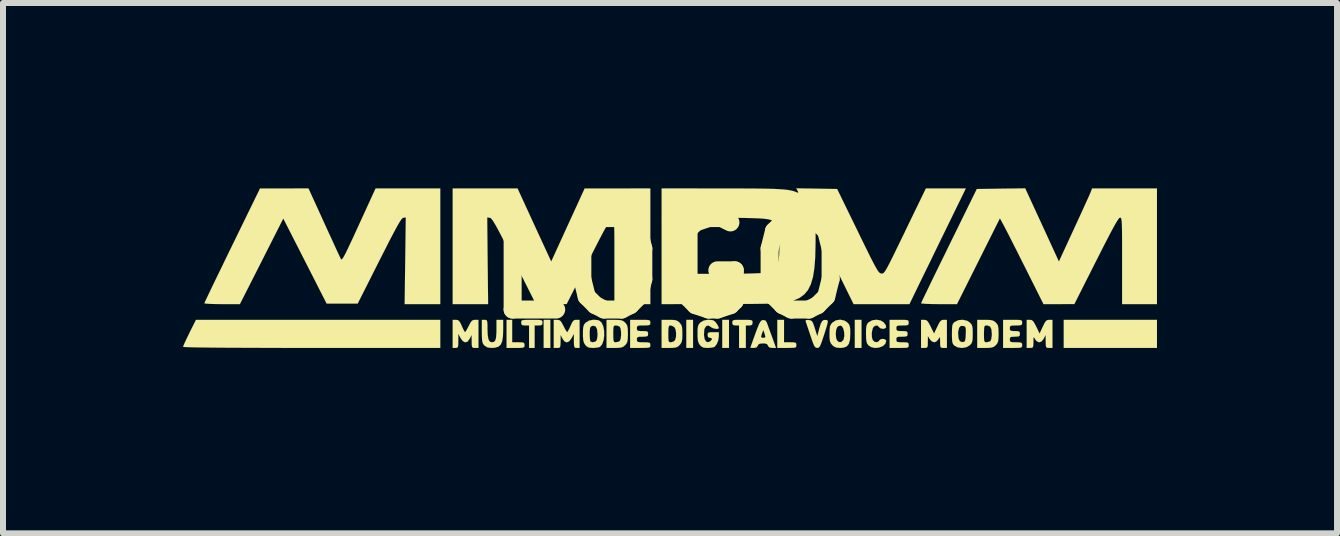
<source format=kicad_pcb>
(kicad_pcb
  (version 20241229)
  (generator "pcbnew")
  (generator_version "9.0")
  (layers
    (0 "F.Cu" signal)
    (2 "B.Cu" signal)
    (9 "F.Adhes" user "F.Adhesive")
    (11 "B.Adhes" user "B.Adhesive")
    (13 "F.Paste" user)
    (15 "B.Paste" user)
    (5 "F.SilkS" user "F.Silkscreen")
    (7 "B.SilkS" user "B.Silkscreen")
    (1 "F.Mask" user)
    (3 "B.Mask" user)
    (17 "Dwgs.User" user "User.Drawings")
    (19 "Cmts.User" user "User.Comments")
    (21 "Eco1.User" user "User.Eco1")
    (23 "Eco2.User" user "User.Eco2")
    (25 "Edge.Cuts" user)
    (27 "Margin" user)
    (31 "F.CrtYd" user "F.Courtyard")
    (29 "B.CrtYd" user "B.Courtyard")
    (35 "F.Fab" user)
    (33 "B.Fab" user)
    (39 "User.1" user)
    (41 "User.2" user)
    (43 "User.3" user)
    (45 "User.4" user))
  (footprint "LOGO"
    (layer "F.Cu")
    (at 8.104 1.418)
    (property "Reference" "LOGO" (at 0 0 0) (layer "F.SilkS") (effects (font (size 1.524 1.524) (thickness 0.3))))
    (attr through_hole)
    (fp_poly (pts (xy -1.984 1.329) (xy -2.096 1.329) (xy -2.096 0.861) (xy -1.984 0.861) (xy -1.984 1.329)) (stroke (width 0.001) (type solid)) (fill yes) (layer "F.SilkS"))
    (fp_poly (pts (xy 0.393 1.329) (xy 0.281 1.329) (xy 0.281 0.861) (xy 0.393 0.861) (xy 0.393 1.329)) (stroke (width 0.001) (type solid)) (fill yes) (layer "F.SilkS"))
    (fp_poly (pts (xy 0.992 1.329) (xy 0.88 1.329) (xy 0.88 0.861) (xy 0.992 0.861) (xy 0.992 1.329)) (stroke (width 0.001) (type solid)) (fill yes) (layer "F.SilkS"))
    (fp_poly (pts (xy 3.2 1.329) (xy 3.088 1.329) (xy 3.088 0.861) (xy 3.2 0.861) (xy 3.2 1.329)) (stroke (width 0.001) (type solid)) (fill yes) (layer "F.SilkS"))
    (fp_poly (pts (xy 8.123 1.329) (xy 6.569 1.329) (xy 6.569 0.861) (xy 8.123 0.861) (xy 8.123 1.329)) (stroke (width 0.001) (type solid)) (fill yes) (layer "F.SilkS"))
    (fp_poly (pts (xy -2.62 1.235) (xy -2.517 1.235) (xy -2.458 1.236) (xy -2.428 1.243) (xy -2.416 1.259) (xy -2.414 1.282) (xy -2.416 1.305) (xy -2.426 1.319) (xy -2.452 1.326) (xy -2.501 1.329) (xy -2.564 1.329) (xy -2.714 1.329) (xy -2.714 0.861) (xy -2.62 0.861) (xy -2.62 1.235)) (stroke (width 0.001) (type solid)) (fill yes) (layer "F.SilkS"))
    (fp_poly (pts (xy 1.909 1.235) (xy 2.012 1.235) (xy 2.071 1.236) (xy 2.102 1.243) (xy 2.113 1.259) (xy 2.115 1.282) (xy 2.113 1.305) (xy 2.104 1.319) (xy 2.08 1.326) (xy 2.032 1.328) (xy 1.956 1.329) (xy 1.797 1.329) (xy 1.797 0.861) (xy 1.909 0.861) (xy 1.909 1.235)) (stroke (width 0.001) (type solid)) (fill yes) (layer "F.SilkS"))
    (fp_poly (pts (xy -3.818 1.329) (xy -5.961 1.329) (xy -6.329 1.329) (xy -6.664 1.328) (xy -6.965 1.327) (xy -7.232 1.326) (xy -7.464 1.325) (xy -7.66 1.323) (xy -7.822 1.321) (xy -7.947 1.319) (xy -8.036 1.316) (xy -8.088 1.313) (xy -8.104 1.31) (xy -8.096 1.287) (xy -8.074 1.238) (xy -8.042 1.169) (xy -8.002 1.088) (xy -7.997 1.076) (xy -7.889 0.861) (xy -3.818 0.861) (xy -3.818 1.329)) (stroke (width 0.001) (type solid)) (fill yes) (layer "F.SilkS"))
    (fp_poly (pts (xy -2.21 0.861) (xy -2.158 0.863) (xy -2.13 0.869) (xy -2.118 0.881) (xy -2.115 0.9) (xy -2.115 0.908) (xy -2.12 0.939) (xy -2.142 0.952) (xy -2.18 0.955) (xy -2.246 0.955) (xy -2.246 1.329) (xy -2.339 1.329) (xy -2.339 0.955) (xy -2.405 0.955) (xy -2.449 0.951) (xy -2.467 0.935) (xy -2.47 0.908) (xy -2.469 0.886) (xy -2.461 0.872) (xy -2.438 0.865) (xy -2.395 0.862) (xy -2.323 0.861) (xy -2.293 0.861) (xy -2.21 0.861)) (stroke (width 0.001) (type solid)) (fill yes) (layer "F.SilkS"))
    (fp_poly (pts (xy 1.296 0.861) (xy 1.346 0.864) (xy 1.372 0.87) (xy 1.383 0.883) (xy 1.385 0.904) (xy 1.385 0.908) (xy 1.379 0.941) (xy 1.353 0.953) (xy 1.329 0.955) (xy 1.273 0.955) (xy 1.273 1.329) (xy 1.16 1.329) (xy 1.16 0.955) (xy 1.104 0.955) (xy 1.064 0.949) (xy 1.049 0.928) (xy 1.048 0.908) (xy 1.049 0.886) (xy 1.058 0.872) (xy 1.082 0.864) (xy 1.127 0.861) (xy 1.202 0.861) (xy 1.217 0.861) (xy 1.296 0.861)) (stroke (width 0.001) (type solid)) (fill yes) (layer "F.SilkS"))
    (fp_poly (pts (xy -3.056 0.863) (xy -3.042 0.872) (xy -3.035 0.898) (xy -3.032 0.947) (xy -3.032 1.012) (xy -3.028 1.114) (xy -3.016 1.183) (xy -2.995 1.222) (xy -2.963 1.235) (xy -2.96 1.235) (xy -2.925 1.229) (xy -2.902 1.205) (xy -2.889 1.158) (xy -2.883 1.083) (xy -2.882 1.026) (xy -2.882 0.861) (xy -2.77 0.861) (xy -2.77 1.017) (xy -2.774 1.134) (xy -2.787 1.219) (xy -2.812 1.276) (xy -2.853 1.31) (xy -2.912 1.326) (xy -2.962 1.329) (xy -3.027 1.322) (xy -3.073 1.297) (xy -3.085 1.286) (xy -3.104 1.262) (xy -3.116 1.233) (xy -3.122 1.191) (xy -3.125 1.126) (xy -3.126 1.052) (xy -3.126 0.861) (xy -3.079 0.861) (xy -3.056 0.863)) (stroke (width 0.001) (type solid)) (fill yes) (layer "F.SilkS"))
    (fp_poly (pts (xy 4.275 0.865) (xy 4.3 0.883) (xy 4.326 0.923) (xy 4.353 0.975) (xy 4.409 1.088) (xy 4.463 0.975) (xy 4.494 0.913) (xy 4.519 0.878) (xy 4.544 0.864) (xy 4.57 0.861) (xy 4.623 0.861) (xy 4.623 1.329) (xy 4.567 1.329) (xy 4.534 1.327) (xy 4.517 1.315) (xy 4.511 1.283) (xy 4.51 1.231) (xy 4.509 1.174) (xy 4.505 1.151) (xy 4.497 1.156) (xy 4.481 1.184) (xy 4.444 1.225) (xy 4.411 1.235) (xy 4.368 1.218) (xy 4.338 1.184) (xy 4.306 1.132) (xy 4.305 1.231) (xy 4.304 1.288) (xy 4.297 1.317) (xy 4.279 1.327) (xy 4.248 1.329) (xy 4.192 1.329) (xy 4.192 0.861) (xy 4.244 0.861) (xy 4.275 0.865)) (stroke (width 0.001) (type solid)) (fill yes) (layer "F.SilkS"))
    (fp_poly (pts (xy 6.035 0.865) (xy 6.059 0.883) (xy 6.084 0.921) (xy 6.112 0.975) (xy 6.167 1.09) (xy 6.22 0.975) (xy 6.25 0.914) (xy 6.274 0.879) (xy 6.299 0.864) (xy 6.328 0.861) (xy 6.382 0.861) (xy 6.382 1.329) (xy 6.326 1.329) (xy 6.294 1.327) (xy 6.277 1.316) (xy 6.271 1.287) (xy 6.269 1.23) (xy 6.269 1.221) (xy 6.267 1.114) (xy 6.237 1.174) (xy 6.2 1.222) (xy 6.157 1.236) (xy 6.115 1.214) (xy 6.093 1.184) (xy 6.077 1.156) (xy 6.069 1.152) (xy 6.065 1.176) (xy 6.065 1.231) (xy 6.063 1.288) (xy 6.056 1.317) (xy 6.038 1.327) (xy 6.008 1.329) (xy 5.952 1.329) (xy 5.952 0.861) (xy 6.004 0.861) (xy 6.035 0.865)) (stroke (width 0.001) (type solid)) (fill yes) (layer "F.SilkS"))
    (fp_poly (pts (xy 2.617 0.864) (xy 2.631 0.869) (xy 2.638 0.88) (xy 2.637 0.904) (xy 2.627 0.947) (xy 2.607 1.014) (xy 2.58 1.1) (xy 2.549 1.194) (xy 2.526 1.259) (xy 2.508 1.299) (xy 2.492 1.32) (xy 2.474 1.328) (xy 2.462 1.329) (xy 2.442 1.326) (xy 2.425 1.312) (xy 2.407 1.283) (xy 2.386 1.231) (xy 2.359 1.151) (xy 2.348 1.118) (xy 2.319 1.033) (xy 2.295 0.961) (xy 2.277 0.908) (xy 2.269 0.883) (xy 2.273 0.866) (xy 2.307 0.863) (xy 2.32 0.864) (xy 2.352 0.87) (xy 2.374 0.884) (xy 2.392 0.914) (xy 2.412 0.969) (xy 2.422 1.001) (xy 2.463 1.132) (xy 2.497 1.004) (xy 2.52 0.929) (xy 2.543 0.884) (xy 2.571 0.864) (xy 2.609 0.863) (xy 2.617 0.864)) (stroke (width 0.001) (type solid)) (fill yes) (layer "F.SilkS"))
    (fp_poly (pts (xy -3.526 0.865) (xy -3.502 0.883) (xy -3.478 0.923) (xy -3.46 0.964) (xy -3.435 1.018) (xy -3.415 1.055) (xy -3.405 1.066) (xy -3.393 1.051) (xy -3.369 1.011) (xy -3.345 0.964) (xy -3.314 0.906) (xy -3.29 0.875) (xy -3.262 0.863) (xy -3.238 0.861) (xy -3.182 0.861) (xy -3.182 1.329) (xy -3.238 1.329) (xy -3.269 1.327) (xy -3.286 1.316) (xy -3.293 1.287) (xy -3.295 1.23) (xy -3.295 1.221) (xy -3.296 1.114) (xy -3.327 1.174) (xy -3.363 1.224) (xy -3.405 1.236) (xy -3.446 1.213) (xy -3.48 1.165) (xy -3.517 1.095) (xy -3.518 1.212) (xy -3.519 1.276) (xy -3.524 1.311) (xy -3.537 1.326) (xy -3.561 1.329) (xy -3.565 1.329) (xy -3.612 1.329) (xy -3.612 0.861) (xy -3.558 0.861) (xy -3.526 0.865)) (stroke (width 0.001) (type solid)) (fill yes) (layer "F.SilkS"))
    (fp_poly (pts (xy -1.838 0.865) (xy -1.812 0.882) (xy -1.787 0.921) (xy -1.765 0.964) (xy -1.737 1.018) (xy -1.714 1.055) (xy -1.704 1.066) (xy -1.692 1.051) (xy -1.67 1.01) (xy -1.649 0.964) (xy -1.622 0.905) (xy -1.599 0.874) (xy -1.573 0.862) (xy -1.551 0.861) (xy -1.497 0.861) (xy -1.497 1.329) (xy -1.544 1.329) (xy -1.57 1.327) (xy -1.584 1.314) (xy -1.59 1.282) (xy -1.592 1.223) (xy -1.592 1.212) (xy -1.592 1.095) (xy -1.63 1.165) (xy -1.67 1.219) (xy -1.712 1.237) (xy -1.752 1.218) (xy -1.783 1.174) (xy -1.813 1.114) (xy -1.814 1.221) (xy -1.816 1.282) (xy -1.822 1.314) (xy -1.837 1.327) (xy -1.867 1.329) (xy -1.872 1.329) (xy -1.928 1.329) (xy -1.928 0.861) (xy -1.871 0.861) (xy -1.838 0.865)) (stroke (width 0.001) (type solid)) (fill yes) (layer "F.SilkS"))
    (fp_poly (pts (xy 0.068 0.863) (xy 0.113 0.87) (xy 0.145 0.886) (xy 0.17 0.909) (xy 0.194 0.94) (xy 0.208 0.975) (xy 0.214 1.025) (xy 0.215 1.095) (xy 0.214 1.17) (xy 0.207 1.218) (xy 0.192 1.252) (xy 0.17 1.281) (xy 0.141 1.307) (xy 0.108 1.321) (xy 0.06 1.328) (xy -0.003 1.329) (xy -0.131 1.329) (xy -0.131 1.095) (xy -0.019 1.095) (xy -0.018 1.166) (xy -0.015 1.208) (xy -0.006 1.228) (xy 0.012 1.235) (xy 0.027 1.235) (xy 0.072 1.221) (xy 0.093 1.199) (xy 0.109 1.146) (xy 0.111 1.082) (xy 0.102 1.022) (xy 0.083 0.984) (xy 0.043 0.96) (xy 0.017 0.955) (xy -0.001 0.958) (xy -0.012 0.974) (xy -0.017 1.011) (xy -0.019 1.075) (xy -0.019 1.095) (xy -0.131 1.095) (xy -0.131 0.861) (xy -0.003 0.861) (xy 0.068 0.863)) (stroke (width 0.001) (type solid)) (fill yes) (layer "F.SilkS"))
    (fp_poly (pts (xy 3.519 0.871) (xy 3.571 0.904) (xy 3.606 0.953) (xy 3.61 0.989) (xy 3.582 1.008) (xy 3.558 1.011) (xy 3.514 1.002) (xy 3.493 0.983) (xy 3.468 0.957) (xy 3.432 0.957) (xy 3.399 0.981) (xy 3.387 1.003) (xy 3.371 1.076) (xy 3.373 1.151) (xy 3.388 1.199) (xy 3.418 1.227) (xy 3.457 1.234) (xy 3.488 1.217) (xy 3.493 1.207) (xy 3.517 1.185) (xy 3.555 1.178) (xy 3.592 1.186) (xy 3.612 1.208) (xy 3.612 1.213) (xy 3.596 1.262) (xy 3.553 1.3) (xy 3.493 1.323) (xy 3.427 1.33) (xy 3.364 1.317) (xy 3.316 1.286) (xy 3.295 1.258) (xy 3.283 1.223) (xy 3.277 1.172) (xy 3.275 1.093) (xy 3.275 1.092) (xy 3.276 1.015) (xy 3.282 0.965) (xy 3.293 0.932) (xy 3.313 0.907) (xy 3.319 0.902) (xy 3.377 0.869) (xy 3.448 0.859) (xy 3.519 0.871)) (stroke (width 0.001) (type solid)) (fill yes) (layer "F.SilkS"))
    (fp_poly (pts (xy -0.843 0.863) (xy -0.796 0.87) (xy -0.764 0.885) (xy -0.738 0.907) (xy -0.715 0.935) (xy -0.701 0.967) (xy -0.694 1.014) (xy -0.692 1.086) (xy -0.692 1.095) (xy -0.694 1.17) (xy -0.7 1.219) (xy -0.713 1.252) (xy -0.736 1.28) (xy -0.738 1.283) (xy -0.768 1.308) (xy -0.802 1.322) (xy -0.852 1.328) (xy -0.916 1.329) (xy -1.048 1.329) (xy -1.048 1.095) (xy -0.936 1.095) (xy -0.935 1.166) (xy -0.931 1.208) (xy -0.922 1.228) (xy -0.905 1.235) (xy -0.893 1.235) (xy -0.849 1.226) (xy -0.827 1.213) (xy -0.813 1.179) (xy -0.806 1.124) (xy -0.806 1.061) (xy -0.814 1.007) (xy -0.827 0.977) (xy -0.863 0.959) (xy -0.893 0.955) (xy -0.915 0.957) (xy -0.928 0.969) (xy -0.934 0.998) (xy -0.936 1.053) (xy -0.936 1.095) (xy -1.048 1.095) (xy -1.048 0.861) (xy -0.916 0.861) (xy -0.843 0.863)) (stroke (width 0.001) (type solid)) (fill yes) (layer "F.SilkS"))
    (fp_poly (pts (xy 2.918 0.874) (xy 2.967 0.907) (xy 2.991 0.935) (xy 3.005 0.968) (xy 3.012 1.016) (xy 3.013 1.09) (xy 3.013 1.091) (xy 3.008 1.192) (xy 2.989 1.262) (xy 2.953 1.305) (xy 2.898 1.325) (xy 2.847 1.329) (xy 2.783 1.324) (xy 2.74 1.305) (xy 2.712 1.281) (xy 2.688 1.25) (xy 2.674 1.215) (xy 2.668 1.165) (xy 2.667 1.096) (xy 2.771 1.096) (xy 2.777 1.161) (xy 2.789 1.199) (xy 2.822 1.231) (xy 2.861 1.231) (xy 2.895 1.201) (xy 2.903 1.184) (xy 2.914 1.128) (xy 2.911 1.065) (xy 2.897 1.008) (xy 2.874 0.968) (xy 2.855 0.957) (xy 2.816 0.965) (xy 2.795 0.984) (xy 2.777 1.031) (xy 2.771 1.096) (xy 2.667 1.096) (xy 2.667 1.095) (xy 2.669 1.02) (xy 2.675 0.971) (xy 2.69 0.937) (xy 2.712 0.909) (xy 2.772 0.87) (xy 2.845 0.858) (xy 2.918 0.874)) (stroke (width 0.001) (type solid)) (fill yes) (layer "F.SilkS"))
    (fp_poly (pts (xy 5.333 0.863) (xy 5.38 0.87) (xy 5.413 0.885) (xy 5.438 0.907) (xy 5.462 0.935) (xy 5.476 0.967) (xy 5.482 1.014) (xy 5.484 1.086) (xy 5.484 1.095) (xy 5.482 1.17) (xy 5.476 1.219) (xy 5.463 1.252) (xy 5.441 1.28) (xy 5.438 1.283) (xy 5.408 1.308) (xy 5.374 1.322) (xy 5.324 1.328) (xy 5.26 1.329) (xy 5.128 1.329) (xy 5.128 1.095) (xy 5.24 1.095) (xy 5.241 1.166) (xy 5.245 1.208) (xy 5.254 1.228) (xy 5.271 1.235) (xy 5.283 1.235) (xy 5.327 1.226) (xy 5.349 1.213) (xy 5.362 1.182) (xy 5.37 1.129) (xy 5.371 1.095) (xy 5.365 1.02) (xy 5.344 0.975) (xy 5.305 0.956) (xy 5.283 0.955) (xy 5.262 0.957) (xy 5.249 0.969) (xy 5.243 0.998) (xy 5.241 1.053) (xy 5.24 1.095) (xy 5.128 1.095) (xy 5.128 0.861) (xy 5.26 0.861) (xy 5.333 0.863)) (stroke (width 0.001) (type solid)) (fill yes) (layer "F.SilkS"))
    (fp_poly (pts (xy 3.904 0.861) (xy 3.951 0.864) (xy 3.976 0.871) (xy 3.985 0.885) (xy 3.986 0.908) (xy 3.984 0.935) (xy 3.97 0.948) (xy 3.935 0.954) (xy 3.884 0.955) (xy 3.825 0.956) (xy 3.794 0.962) (xy 3.782 0.978) (xy 3.781 1.001) (xy 3.784 1.029) (xy 3.799 1.043) (xy 3.837 1.048) (xy 3.874 1.048) (xy 3.93 1.05) (xy 3.957 1.057) (xy 3.967 1.076) (xy 3.968 1.095) (xy 3.965 1.123) (xy 3.949 1.136) (xy 3.912 1.141) (xy 3.874 1.142) (xy 3.819 1.143) (xy 3.791 1.151) (xy 3.781 1.17) (xy 3.781 1.188) (xy 3.783 1.215) (xy 3.797 1.229) (xy 3.832 1.234) (xy 3.884 1.235) (xy 3.942 1.236) (xy 3.973 1.243) (xy 3.985 1.259) (xy 3.986 1.282) (xy 3.985 1.305) (xy 3.976 1.319) (xy 3.951 1.326) (xy 3.904 1.328) (xy 3.827 1.329) (xy 3.668 1.329) (xy 3.668 0.861) (xy 3.827 0.861) (xy 3.904 0.861)) (stroke (width 0.001) (type solid)) (fill yes) (layer "F.SilkS"))
    (fp_poly (pts (xy 5.795 0.861) (xy 5.842 0.864) (xy 5.866 0.871) (xy 5.875 0.885) (xy 5.877 0.908) (xy 5.874 0.935) (xy 5.86 0.948) (xy 5.825 0.954) (xy 5.774 0.955) (xy 5.715 0.956) (xy 5.684 0.962) (xy 5.673 0.978) (xy 5.671 1.001) (xy 5.674 1.03) (xy 5.692 1.044) (xy 5.732 1.048) (xy 5.755 1.048) (xy 5.807 1.05) (xy 5.832 1.06) (xy 5.839 1.082) (xy 5.839 1.095) (xy 5.836 1.124) (xy 5.819 1.137) (xy 5.778 1.141) (xy 5.755 1.142) (xy 5.703 1.144) (xy 5.679 1.153) (xy 5.671 1.176) (xy 5.671 1.188) (xy 5.674 1.215) (xy 5.688 1.229) (xy 5.722 1.234) (xy 5.774 1.235) (xy 5.833 1.236) (xy 5.863 1.243) (xy 5.875 1.259) (xy 5.877 1.282) (xy 5.875 1.305) (xy 5.866 1.319) (xy 5.841 1.326) (xy 5.794 1.328) (xy 5.718 1.329) (xy 5.559 1.329) (xy 5.559 0.861) (xy 5.718 0.861) (xy 5.795 0.861)) (stroke (width 0.001) (type solid)) (fill yes) (layer "F.SilkS"))
    (fp_poly (pts (xy -1.19 0.866) (xy -1.171 0.873) (xy -1.131 0.906) (xy -1.103 0.966) (xy -1.089 1.041) (xy -1.087 1.123) (xy -1.097 1.201) (xy -1.121 1.267) (xy -1.156 1.31) (xy -1.171 1.317) (xy -1.208 1.324) (xy -1.263 1.329) (xy -1.282 1.329) (xy -1.341 1.324) (xy -1.38 1.303) (xy -1.402 1.28) (xy -1.424 1.244) (xy -1.436 1.2) (xy -1.441 1.135) (xy -1.441 1.093) (xy -1.329 1.093) (xy -1.327 1.156) (xy -1.322 1.203) (xy -1.316 1.223) (xy -1.282 1.235) (xy -1.239 1.226) (xy -1.22 1.213) (xy -1.207 1.182) (xy -1.199 1.129) (xy -1.198 1.093) (xy -1.206 1.015) (xy -1.23 0.971) (xy -1.27 0.959) (xy -1.29 0.964) (xy -1.312 0.975) (xy -1.323 0.999) (xy -1.328 1.044) (xy -1.329 1.093) (xy -1.441 1.093) (xy -1.441 1.091) (xy -1.44 1.017) (xy -1.433 0.969) (xy -1.42 0.936) (xy -1.396 0.907) (xy -1.395 0.907) (xy -1.339 0.873) (xy -1.265 0.859) (xy -1.19 0.866)) (stroke (width 0.001) (type solid)) (fill yes) (layer "F.SilkS"))
    (fp_poly (pts (xy 4.962 0.877) (xy 5.007 0.907) (xy 5.031 0.935) (xy 5.045 0.967) (xy 5.052 1.014) (xy 5.053 1.086) (xy 5.053 1.095) (xy 5.052 1.17) (xy 5.046 1.219) (xy 5.033 1.252) (xy 5.01 1.28) (xy 5.007 1.283) (xy 4.948 1.318) (xy 4.874 1.33) (xy 4.8 1.319) (xy 4.751 1.293) (xy 4.73 1.272) (xy 4.717 1.247) (xy 4.71 1.207) (xy 4.707 1.145) (xy 4.707 1.095) (xy 4.707 1.093) (xy 4.81 1.093) (xy 4.817 1.171) (xy 4.839 1.217) (xy 4.878 1.232) (xy 4.894 1.231) (xy 4.915 1.224) (xy 4.927 1.203) (xy 4.934 1.16) (xy 4.937 1.101) (xy 4.939 1.034) (xy 4.935 0.994) (xy 4.924 0.974) (xy 4.903 0.964) (xy 4.856 0.962) (xy 4.826 0.993) (xy 4.811 1.058) (xy 4.81 1.093) (xy 4.707 1.093) (xy 4.708 1.015) (xy 4.712 0.963) (xy 4.721 0.931) (xy 4.738 0.909) (xy 4.751 0.897) (xy 4.815 0.866) (xy 4.89 0.86) (xy 4.962 0.877)) (stroke (width 0.001) (type solid)) (fill yes) (layer "F.SilkS"))
    (fp_poly (pts (xy -2.251 -0.72) (xy -1.97 -0.111) (xy -1.413 -1.328) (xy -0.866 -1.328) (xy -0.318 -1.329) (xy -0.318 0.599) (xy -0.917 0.599) (xy -0.917 -0.122) (xy -0.917 -0.305) (xy -0.917 -0.454) (xy -0.918 -0.573) (xy -0.92 -0.665) (xy -0.922 -0.733) (xy -0.925 -0.781) (xy -0.929 -0.813) (xy -0.934 -0.831) (xy -0.941 -0.84) (xy -0.949 -0.842) (xy -0.951 -0.842) (xy -0.964 -0.835) (xy -0.984 -0.81) (xy -1.012 -0.766) (xy -1.049 -0.701) (xy -1.097 -0.612) (xy -1.158 -0.497) (xy -1.232 -0.353) (xy -1.32 -0.179) (xy -1.349 -0.122) (xy -1.712 0.598) (xy -1.969 0.599) (xy -2.225 0.599) (xy -2.586 -0.117) (xy -2.676 -0.293) (xy -2.75 -0.439) (xy -2.811 -0.557) (xy -2.86 -0.65) (xy -2.899 -0.72) (xy -2.93 -0.772) (xy -2.953 -0.806) (xy -2.971 -0.827) (xy -2.985 -0.837) (xy -2.992 -0.839) (xy -3.036 -0.845) (xy -3.029 -0.123) (xy -3.021 0.599) (xy -3.612 0.599) (xy -3.612 -1.329) (xy -2.531 -1.329) (xy -2.251 -0.72)) (stroke (width 0.001) (type solid)) (fill yes) (layer "F.SilkS"))
    (fp_poly (pts (xy -0.407 0.861) (xy -0.357 0.864) (xy -0.331 0.87) (xy -0.32 0.883) (xy -0.318 0.904) (xy -0.318 0.908) (xy -0.321 0.934) (xy -0.334 0.948) (xy -0.366 0.953) (xy -0.427 0.955) (xy -0.43 0.955) (xy -0.493 0.955) (xy -0.526 0.961) (xy -0.54 0.974) (xy -0.543 1) (xy -0.543 1.001) (xy -0.54 1.029) (xy -0.524 1.043) (xy -0.487 1.048) (xy -0.449 1.048) (xy -0.394 1.05) (xy -0.366 1.057) (xy -0.356 1.076) (xy -0.356 1.095) (xy -0.359 1.123) (xy -0.374 1.136) (xy -0.412 1.141) (xy -0.449 1.142) (xy -0.505 1.143) (xy -0.532 1.151) (xy -0.542 1.17) (xy -0.543 1.188) (xy -0.54 1.214) (xy -0.527 1.228) (xy -0.495 1.234) (xy -0.434 1.235) (xy -0.43 1.235) (xy -0.368 1.236) (xy -0.335 1.242) (xy -0.321 1.255) (xy -0.318 1.28) (xy -0.318 1.282) (xy -0.32 1.304) (xy -0.328 1.318) (xy -0.352 1.325) (xy -0.397 1.328) (xy -0.472 1.329) (xy -0.487 1.329) (xy -0.655 1.329) (xy -0.655 0.861) (xy -0.487 0.861) (xy -0.407 0.861)) (stroke (width 0.001) (type solid)) (fill yes) (layer "F.SilkS"))
    (fp_poly (pts (xy 1.596 0.869) (xy 1.619 0.899) (xy 1.624 0.911) (xy 1.639 0.951) (xy 1.662 1.016) (xy 1.691 1.095) (xy 1.71 1.146) (xy 1.776 1.329) (xy 1.714 1.329) (xy 1.666 1.322) (xy 1.644 1.298) (xy 1.642 1.291) (xy 1.626 1.266) (xy 1.591 1.255) (xy 1.557 1.254) (xy 1.506 1.258) (xy 1.48 1.275) (xy 1.473 1.291) (xy 1.453 1.32) (xy 1.408 1.329) (xy 1.405 1.329) (xy 1.365 1.328) (xy 1.348 1.324) (xy 1.348 1.324) (xy 1.354 1.306) (xy 1.371 1.259) (xy 1.395 1.191) (xy 1.414 1.14) (xy 1.527 1.14) (xy 1.533 1.157) (xy 1.561 1.16) (xy 1.562 1.16) (xy 1.59 1.158) (xy 1.598 1.142) (xy 1.589 1.103) (xy 1.586 1.095) (xy 1.572 1.054) (xy 1.563 1.034) (xy 1.562 1.034) (xy 1.555 1.053) (xy 1.541 1.093) (xy 1.538 1.1) (xy 1.527 1.14) (xy 1.414 1.14) (xy 1.425 1.108) (xy 1.43 1.095) (xy 1.465 1.001) (xy 1.491 0.937) (xy 1.512 0.897) (xy 1.53 0.875) (xy 1.55 0.866) (xy 1.559 0.865) (xy 1.596 0.869)) (stroke (width 0.001) (type solid)) (fill yes) (layer "F.SilkS"))
    (fp_poly (pts (xy 0.719 0.866) (xy 0.738 0.873) (xy 0.765 0.895) (xy 0.795 0.936) (xy 0.818 0.979) (xy 0.823 1) (xy 0.808 1.011) (xy 0.773 1.011) (xy 0.731 1.002) (xy 0.698 0.987) (xy 0.692 0.982) (xy 0.653 0.956) (xy 0.616 0.963) (xy 0.588 1) (xy 0.58 1.029) (xy 0.575 1.113) (xy 0.585 1.178) (xy 0.608 1.221) (xy 0.642 1.235) (xy 0.683 1.217) (xy 0.684 1.216) (xy 0.709 1.185) (xy 0.7 1.165) (xy 0.674 1.16) (xy 0.644 1.149) (xy 0.636 1.114) (xy 0.639 1.086) (xy 0.655 1.072) (xy 0.692 1.067) (xy 0.73 1.067) (xy 0.823 1.067) (xy 0.823 1.133) (xy 0.814 1.202) (xy 0.789 1.264) (xy 0.755 1.308) (xy 0.738 1.317) (xy 0.701 1.324) (xy 0.646 1.329) (xy 0.627 1.329) (xy 0.568 1.324) (xy 0.529 1.303) (xy 0.507 1.28) (xy 0.485 1.244) (xy 0.473 1.2) (xy 0.468 1.135) (xy 0.468 1.091) (xy 0.469 1.017) (xy 0.476 0.969) (xy 0.489 0.936) (xy 0.513 0.907) (xy 0.514 0.907) (xy 0.57 0.873) (xy 0.644 0.859) (xy 0.719 0.866)) (stroke (width 0.001) (type solid)) (fill yes) (layer "F.SilkS"))
    (fp_poly (pts (xy -3.818 0.599) (xy -4.412 0.599) (xy -4.393 -0.846) (xy -4.435 -0.839) (xy -4.448 -0.833) (xy -4.465 -0.815) (xy -4.487 -0.782) (xy -4.517 -0.733) (xy -4.555 -0.665) (xy -4.604 -0.573) (xy -4.665 -0.457) (xy -4.738 -0.313) (xy -4.827 -0.138) (xy -4.835 -0.122) (xy -5.194 0.59) (xy -5.712 0.59) (xy -6.073 -0.119) (xy -6.434 -0.827) (xy -6.795 -0.114) (xy -7.157 0.599) (xy -7.452 0.599) (xy -7.553 0.598) (xy -7.639 0.596) (xy -7.704 0.592) (xy -7.742 0.588) (xy -7.749 0.585) (xy -7.741 0.566) (xy -7.718 0.516) (xy -7.681 0.439) (xy -7.633 0.338) (xy -7.574 0.215) (xy -7.505 0.074) (xy -7.429 -0.083) (xy -7.347 -0.252) (xy -7.285 -0.379) (xy -6.822 -1.328) (xy -6.418 -1.328) (xy -6.014 -1.329) (xy -5.756 -0.763) (xy -5.693 -0.625) (xy -5.634 -0.497) (xy -5.582 -0.383) (xy -5.538 -0.287) (xy -5.504 -0.214) (xy -5.482 -0.168) (xy -5.475 -0.154) (xy -5.469 -0.145) (xy -5.459 -0.146) (xy -5.446 -0.16) (xy -5.428 -0.189) (xy -5.402 -0.236) (xy -5.368 -0.305) (xy -5.324 -0.398) (xy -5.267 -0.519) (xy -5.198 -0.67) (xy -5.175 -0.72) (xy -4.896 -1.329) (xy -3.818 -1.329) (xy -3.818 0.599)) (stroke (width 0.001) (type solid)) (fill yes) (layer "F.SilkS"))
    (fp_poly (pts (xy 6.209 -0.72) (xy 6.489 -0.111) (xy 6.738 -0.65) (xy 6.8 -0.785) (xy 6.859 -0.913) (xy 6.911 -1.027) (xy 6.955 -1.125) (xy 6.989 -1.199) (xy 7.01 -1.247) (xy 7.015 -1.259) (xy 7.043 -1.329) (xy 8.123 -1.329) (xy 8.123 0.599) (xy 7.542 0.599) (xy 7.542 -0.122) (xy 7.542 -0.305) (xy 7.542 -0.454) (xy 7.541 -0.573) (xy 7.54 -0.665) (xy 7.538 -0.733) (xy 7.535 -0.781) (xy 7.531 -0.813) (xy 7.525 -0.831) (xy 7.519 -0.84) (xy 7.51 -0.842) (xy 7.508 -0.842) (xy 7.495 -0.835) (xy 7.476 -0.811) (xy 7.449 -0.769) (xy 7.412 -0.705) (xy 7.365 -0.619) (xy 7.306 -0.506) (xy 7.234 -0.366) (xy 7.147 -0.194) (xy 7.11 -0.122) (xy 6.747 0.598) (xy 6.49 0.599) (xy 6.232 0.599) (xy 5.925 -0.014) (xy 5.852 -0.159) (xy 5.783 -0.297) (xy 5.718 -0.424) (xy 5.662 -0.536) (xy 5.615 -0.627) (xy 5.58 -0.694) (xy 5.562 -0.728) (xy 5.506 -0.83) (xy 4.791 0.599) (xy 4.492 0.599) (xy 4.391 0.598) (xy 4.304 0.596) (xy 4.239 0.592) (xy 4.201 0.588) (xy 4.193 0.585) (xy 4.201 0.566) (xy 4.224 0.516) (xy 4.261 0.439) (xy 4.31 0.338) (xy 4.369 0.215) (xy 4.438 0.074) (xy 4.514 -0.082) (xy 4.597 -0.25) (xy 4.657 -0.374) (xy 5.121 -1.319) (xy 5.524 -1.325) (xy 5.928 -1.33) (xy 6.209 -0.72)) (stroke (width 0.001) (type solid)) (fill yes) (layer "F.SilkS"))
    (fp_poly (pts (xy 2.454 -1.325) (xy 2.794 -1.319) (xy 3.136 -0.618) (xy 3.22 -0.445) (xy 3.29 -0.303) (xy 3.346 -0.189) (xy 3.392 -0.1) (xy 3.428 -0.032) (xy 3.456 0.017) (xy 3.478 0.051) (xy 3.495 0.072) (xy 3.51 0.083) (xy 3.524 0.089) (xy 3.531 0.09) (xy 3.544 0.09) (xy 3.557 0.087) (xy 3.571 0.077) (xy 3.587 0.058) (xy 3.608 0.026) (xy 3.635 -0.022) (xy 3.67 -0.089) (xy 3.714 -0.176) (xy 3.769 -0.289) (xy 3.837 -0.429) (xy 3.92 -0.599) (xy 3.928 -0.617) (xy 4.273 -1.329) (xy 4.939 -1.329) (xy 4.685 -0.809) (xy 4.608 -0.651) (xy 4.522 -0.476) (xy 4.434 -0.295) (xy 4.349 -0.119) (xy 4.27 0.042) (xy 4.215 0.154) (xy 3.999 0.599) (xy 3.068 0.599) (xy 2.752 -0.042) (xy 2.436 -0.683) (xy 2.434 -0.393) (xy 2.429 -0.18) (xy 2.415 -0.001) (xy 2.392 0.147) (xy 2.356 0.268) (xy 2.308 0.365) (xy 2.244 0.44) (xy 2.165 0.497) (xy 2.067 0.539) (xy 1.949 0.569) (xy 1.929 0.572) (xy 1.884 0.579) (xy 1.822 0.584) (xy 1.74 0.588) (xy 1.636 0.592) (xy 1.506 0.594) (xy 1.349 0.596) (xy 1.161 0.597) (xy 0.94 0.598) (xy 0.828 0.598) (xy -0.131 0.599) (xy -0.131 0.094) (xy 0.468 0.094) (xy 0.989 0.094) (xy 1.131 0.093) (xy 1.266 0.091) (xy 1.387 0.088) (xy 1.489 0.084) (xy 1.565 0.08) (xy 1.611 0.075) (xy 1.611 0.075) (xy 1.7 0.048) (xy 1.76 0.005) (xy 1.799 -0.063) (xy 1.817 -0.128) (xy 1.828 -0.207) (xy 1.832 -0.304) (xy 1.832 -0.409) (xy 1.826 -0.513) (xy 1.816 -0.605) (xy 1.802 -0.676) (xy 1.79 -0.706) (xy 1.772 -0.739) (xy 1.752 -0.766) (xy 1.726 -0.787) (xy 1.691 -0.803) (xy 1.642 -0.815) (xy 1.575 -0.824) (xy 1.487 -0.83) (xy 1.374 -0.834) (xy 1.231 -0.837) (xy 1.055 -0.839) (xy 1.053 -0.839) (xy 0.468 -0.845) (xy 0.468 0.094) (xy -0.131 0.094) (xy -0.131 -1.329) (xy 0.866 -1.328) (xy 1.101 -1.328) (xy 1.302 -1.327) (xy 1.472 -1.326) (xy 1.614 -1.324) (xy 1.732 -1.321) (xy 1.828 -1.316) (xy 1.906 -1.311) (xy 1.969 -1.304) (xy 2.02 -1.295) (xy 2.063 -1.285) (xy 2.1 -1.272) (xy 2.122 -1.263) (xy 2.145 -1.256) (xy 2.144 -1.271) (xy 2.135 -1.289) (xy 2.113 -1.33) (xy 2.454 -1.325)) (stroke (width 0.001) (type solid)) (fill yes) (layer "F.SilkS")))
  (gr_rect
    (start -3 -3)
    (end 19.227 5.836)
    (stroke (width 0.1) (type default))
    (fill no)
    (layer "Edge.Cuts")))
</source>
